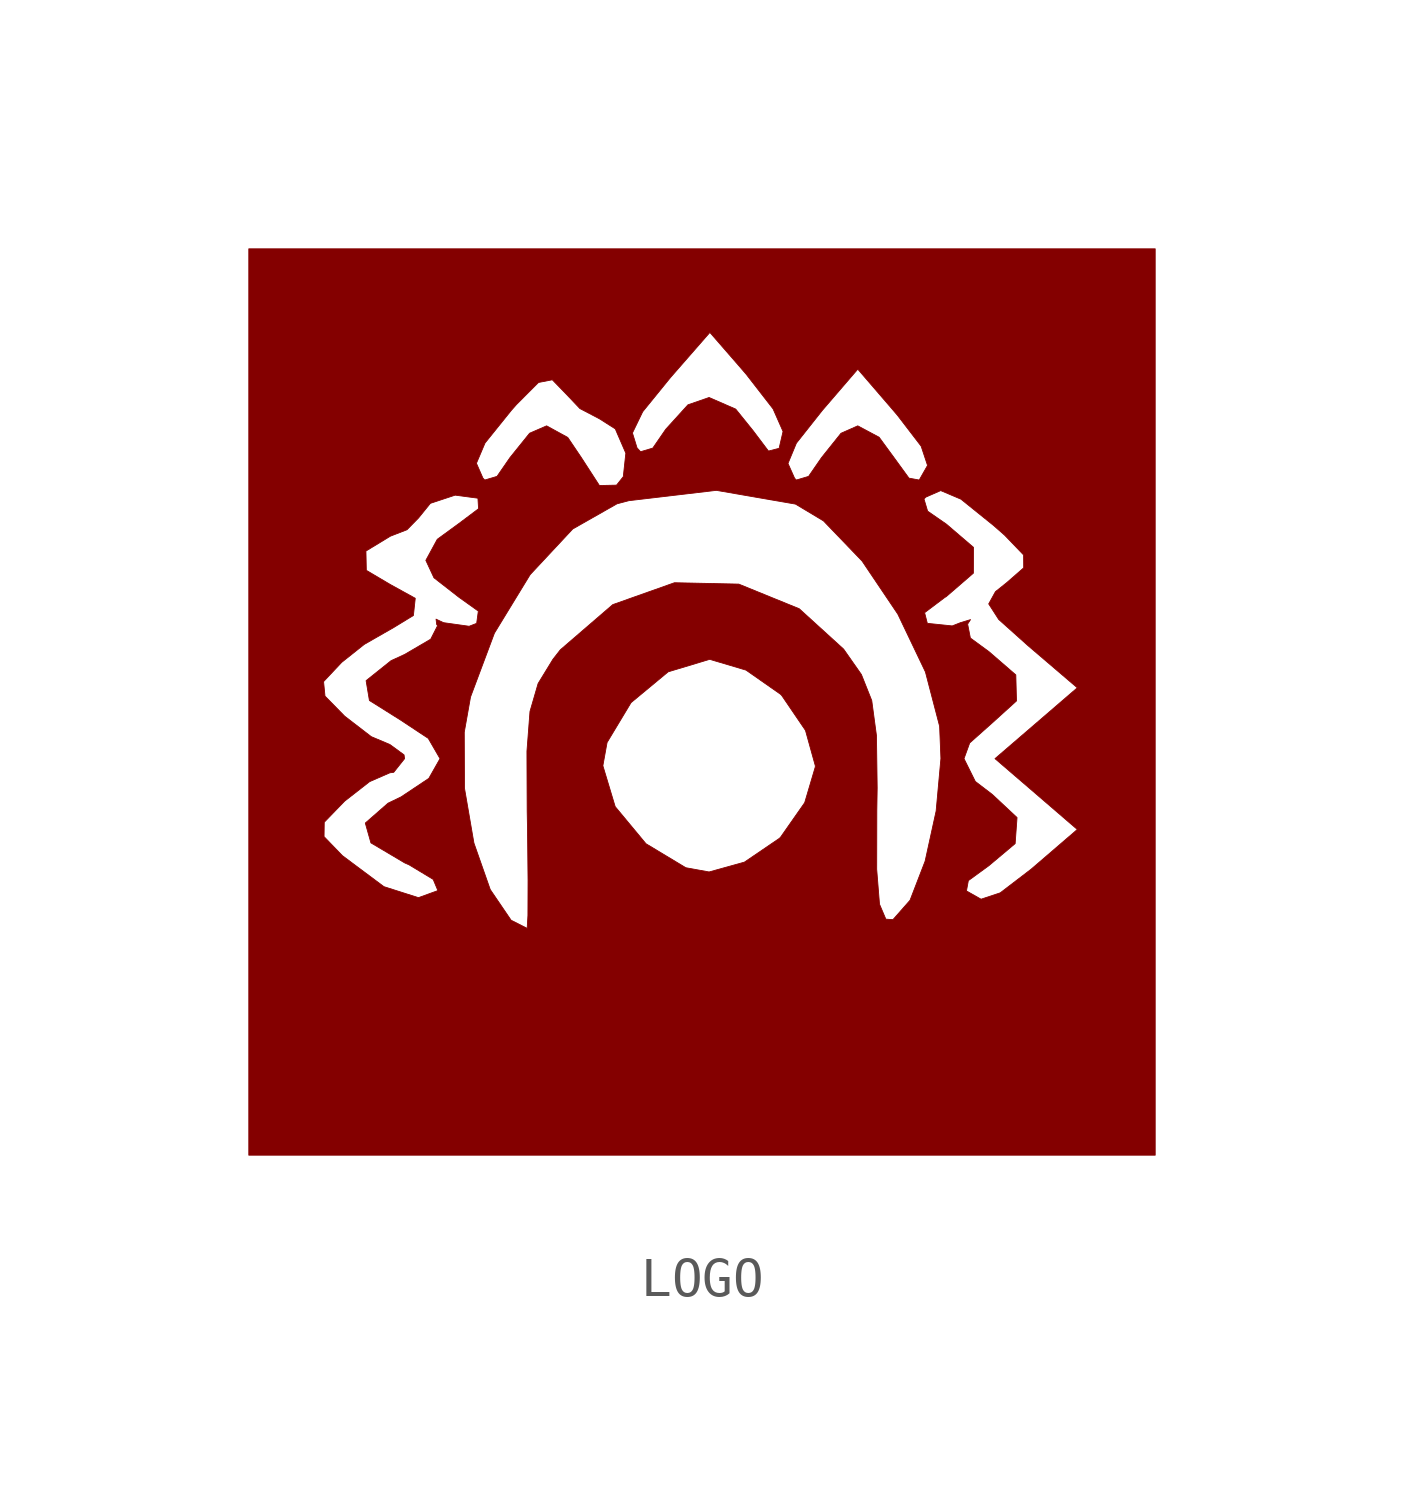
<source format=kicad_sym>
(kicad_symbol_lib
  (version 20220914)
  (generator "bitmap2component")
  (generator_version "9.0")
  (symbol "LOGO"
    (pin_names
      (offset 1.016))
    (property "Reference" "#G"
      (at 0 10.813 0)
      (effects (font (size 1.27 1.27)) hide))
    (symbol "LOGO_0_0"
      (polyline (pts (xy 11.448 0.000100) (xy 11.448 11.448) (xy -0.000100 11.448) (xy -11.448 11.448) (xy -11.448 6.03) (xy -5.698 6.03) (xy -5.481 6.541) (xy -4.815 7.368) (xy -4.685 7.515) (xy -4.13 8.071) (xy -3.781 8.139) (xy -3.434 7.781) (xy -3.084 7.412) (xy -2.593 7.155) (xy -2.19 6.899) (xy -2.146 6.796) (xy -1.757 6.796) (xy -1.498 7.332) (xy -0.795 8.197) (xy 0.199 9.335) (xy 0.927 8.498) (xy 1.115 8.28) (xy 1.795 7.404) (xy 2.047 6.833) (xy 1.948 6.408) (xy 1.679 6.339) (xy 1.29 6.855) (xy 0.851 7.399) (xy 0.179 7.692) (xy -0.355 7.507) (xy -0.916 6.889) (xy -1.243 6.414) (xy -1.552 6.322) (xy -1.641 6.42) (xy -1.757 6.796) (xy -2.146 6.796) (xy -1.924 6.284) (xy -1.952 6.026) (xy 2.172 6.026) (xy 2.384 6.538) (xy 3.041 7.368) (xy 3.935 8.407) (xy 4.83 7.368) (xy 4.937 7.242) (xy 5.536 6.461) (xy 5.697 5.976) (xy 5.487 5.607) (xy 5.228 5.655) (xy 4.851 6.173) (xy 4.474 6.688) (xy 3.935 6.976) (xy 3.511 6.788) (xy 3.019 6.173) (xy 2.692 5.699) (xy 2.383 5.607) (xy 2.339 5.652) (xy 2.172 6.026) (xy -1.952 6.026) (xy -1.988 5.692) (xy -2.159 5.478) (xy -2.591 5.468) (xy -3.046 6.171) (xy -3.391 6.683) (xy -3.925 6.976) (xy -4.355 6.789) (xy -4.851 6.173) (xy -5.178 5.699) (xy -5.488 5.607) (xy -5.534 5.656) (xy -5.698 6.03) (xy -11.448 6.03) (xy -11.448 0.515) (xy -9.559 0.515) (xy -9.101 1.002) (xy -8.53 1.456) (xy -7.781 1.885) (xy -7.29 2.185) (xy -7.243 2.62) (xy -7.87 2.966) (xy -8.479 3.326) (xy -8.489 3.813) (xy -7.87 4.189) (xy -7.452 4.351) (xy -7.155 4.654) (xy -7.155 4.655) (xy -6.861 5.018) (xy -6.235 5.225) (xy -5.66 5.148) (xy -5.644 4.882) (xy -6.139 4.51) (xy -6.687 4.11) (xy -6.976 3.578) (xy -6.771 3.138) (xy -6.139 2.645) (xy -5.65 2.296) (xy -5.692 1.987) (xy -5.882 1.913) (xy -6.529 2.004) (xy -6.718 2.093) (xy -6.702 1.959) (xy -6.68 1.927) (xy -6.853 1.587) (xy -7.507 1.204) (xy -7.854 1.044) (xy -8.485 0.539) (xy -8.401 0.038) (xy -7.602 -0.464) (xy -7.152 -0.762) (xy -6.005 -0.762) (xy -5.847 0.127) (xy -5.244 1.738) (xy -4.341 3.217) (xy -3.265 4.37) (xy -2.147 5.006) (xy -1.848 5.085) (xy 0.362 5.346) (xy 1.606 5.13) (xy 5.607 5.13) (xy 5.656 5.176) (xy 6.03 5.34) (xy 6.541 5.123) (xy 7.367 4.457) (xy 7.646 4.212) (xy 8.124 3.714) (xy 8.126 3.389) (xy 7.7 3.017) (xy 7.413 2.788) (xy 7.242 2.478) (xy 7.495 2.085) (xy 8.236 1.422) (xy 9.48 0.359) (xy 8.441 -0.536) (xy 7.401 -1.431) (xy 8.441 -2.325) (xy 9.48 -3.22) (xy 8.441 -4.114) (xy 8.315 -4.222) (xy 7.534 -4.82) (xy 7.049 -4.981) (xy 6.68 -4.772) (xy 6.728 -4.512) (xy 7.246 -4.135) (xy 7.91 -3.577) (xy 7.958 -2.919) (xy 7.334 -2.336) (xy 6.904 -2.007) (xy 6.618 -1.431) (xy 6.762 -1.035) (xy 7.334 -0.526) (xy 7.944 0.027) (xy 7.927 0.685) (xy 7.246 1.274) (xy 6.779 1.616) (xy 6.71 1.968) (xy 6.783 2.081) (xy 6.529 2.004) (xy 6.321 1.922) (xy 5.692 1.987) (xy 5.623 2.256) (xy 6.139 2.645) (xy 6.165 2.658) (xy 6.855 3.254) (xy 6.858 3.906) (xy 6.173 4.493) (xy 5.699 4.821) (xy 5.607 5.13) (xy 1.606 5.13) (xy 2.361 4.999) (xy 3.068 4.575) (xy 4.043 3.561) (xy 4.946 2.22) (xy 5.644 0.759) (xy 6.002 -0.612) (xy 6.035 -1.427) (xy 5.914 -2.754) (xy 5.636 -4.02) (xy 5.255 -5.008) (xy 4.823 -5.498) (xy 4.644 -5.485) (xy 4.484 -5.109) (xy 4.413 -4.227) (xy 4.416 -2.734) (xy 4.425 -2.168) (xy 4.407 -0.848) (xy 4.288 0.037) (xy 4.026 0.695) (xy 3.577 1.336) (xy 2.456 2.356) (xy 0.929 2.978) (xy -0.696 3.013) (xy -2.254 2.46) (xy -3.577 1.32) (xy -3.766 1.078) (xy -4.14 0.467) (xy -4.345 -0.238) (xy -4.422 -1.244) (xy -4.421 -1.61) (xy -2.504 -1.61) (xy -2.398 -1.023) (xy -1.792 -0.016) (xy -0.854 0.762) (xy 0.179 1.073) (xy 0.211 1.073) (xy 1.112 0.805) (xy 1.984 0.195) (xy 2.014 0.164) (xy 2.614 -0.718) (xy 2.862 -1.61) (xy 2.861 -1.642) (xy 2.594 -2.543) (xy 1.984 -3.415) (xy 1.953 -3.445) (xy 1.071 -4.045) (xy 0.179 -4.293) (xy -0.408 -4.186) (xy -1.415 -3.58) (xy -2.193 -2.643) (xy -2.504 -1.61) (xy -4.421 -1.61) (xy -4.416 -2.758) (xy -4.407 -3.254) (xy -4.394 -4.514) (xy -4.397 -5.391) (xy -4.416 -5.718) (xy -4.822 -5.512) (xy -5.349 -4.737) (xy -5.761 -3.563) (xy -6 -2.175) (xy -6.005 -0.762) (xy -7.152 -0.762) (xy -6.915 -0.918) (xy -6.618 -1.431) (xy -6.9 -1.929) (xy -7.602 -2.397) (xy -7.931 -2.556) (xy -8.505 -3.058) (xy -8.363 -3.559) (xy -7.507 -4.066) (xy -7.401 -4.112) (xy -6.79 -4.481) (xy -6.672 -4.764) (xy -7.163 -4.942) (xy -8.035 -4.664) (xy -9.084 -3.881) (xy -9.547 -3.401) (xy -9.542 -3.037) (xy -9.026 -2.504) (xy -8.396 -2.012) (xy -7.885 -1.789) (xy -7.787 -1.776) (xy -7.513 -1.431) (xy -7.526 -1.336) (xy -7.885 -1.073) (xy -8.353 -0.876) (xy -9.026 -0.358) (xy -9.523 0.149) (xy -9.559 0.515) (xy -11.448 0.515) (xy -11.448 0.000100) (xy -11.448 -11.448) (xy -0.000100 -11.448) (xy 11.448 -11.448) (xy 11.448 0.000100)) (stroke (width 0.01) (type default)) (fill (type outline))))))
</source>
